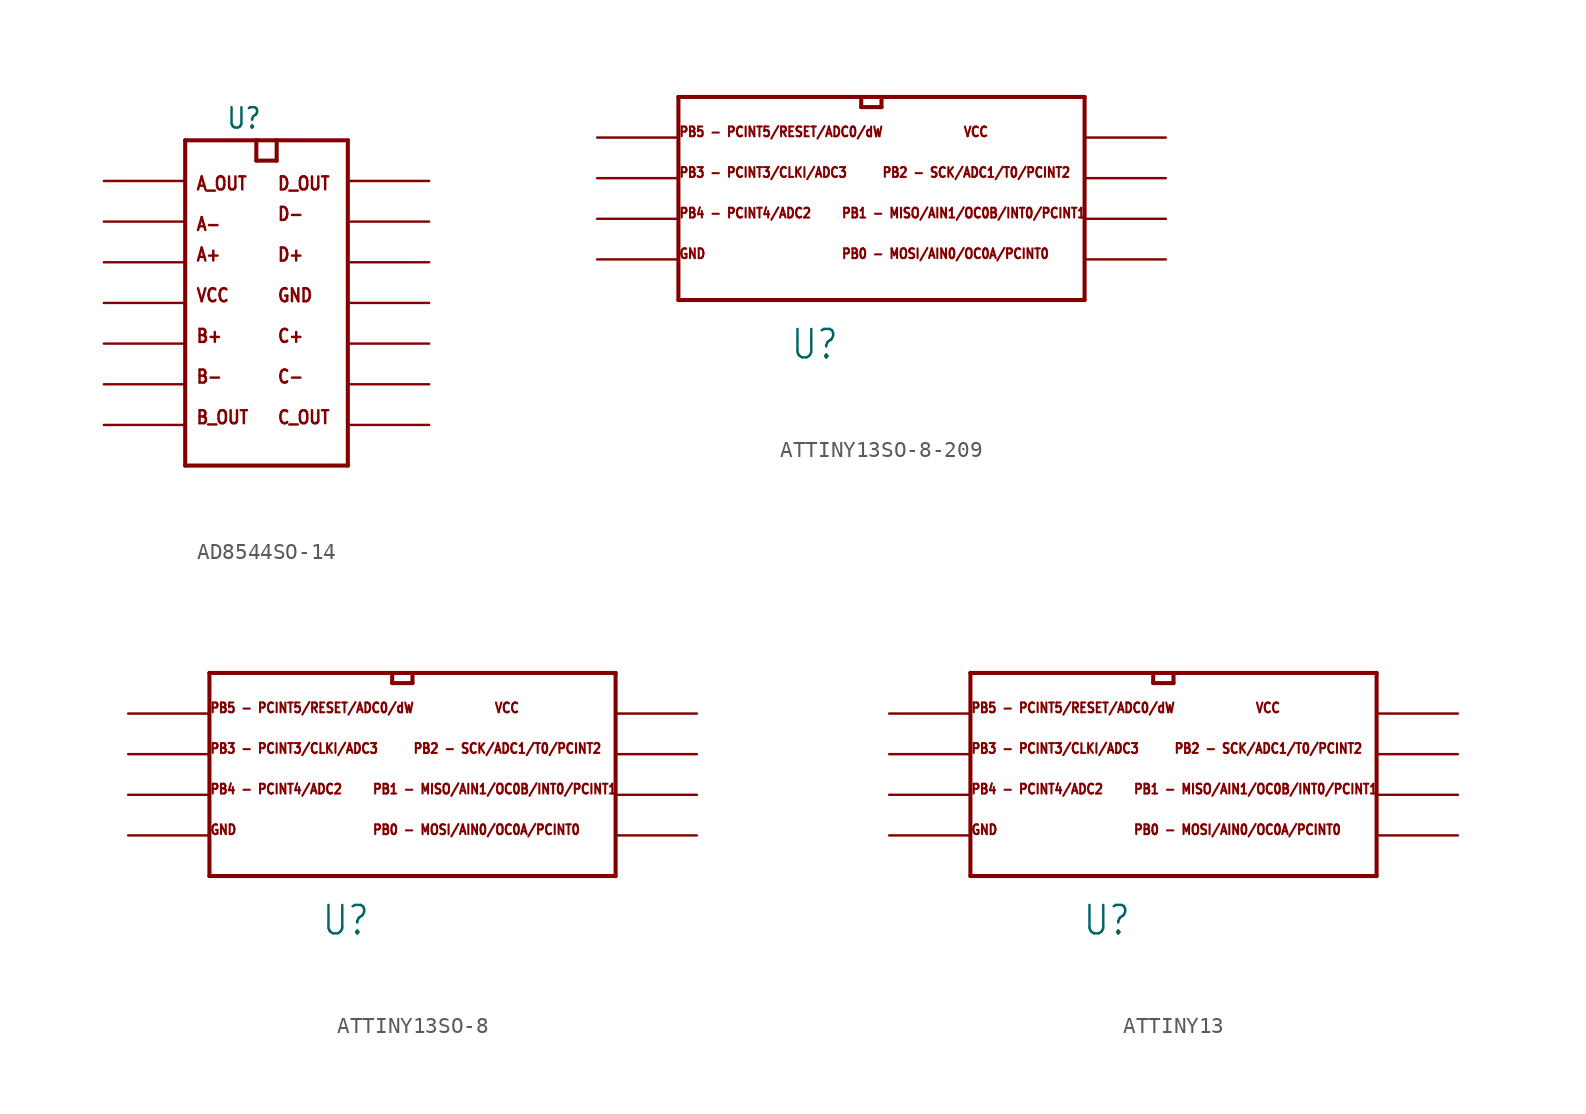
<source format=kicad_sym>
(kicad_symbol_lib
  (version 20231120)
  (generator "kicad_symbol_editor")
  (generator_version "8.0")
  (symbol "AD8544SO-14"
    (property "Reference" "U"
      (at -2.54 10.795 0)
      (effects (font (size 1.27 1.079)) (justify left bottom)))
    (property "Value" ""
      (at -2.54 -12.065 0)
      (effects (font (size 1.27 1.079)) (justify left bottom)))
    (property "ki_locked" ""
      (at 0 0 0)
      (effects (font (size 1.27 1.27))))
    (symbol "AD8544SO-14_1_0"
      (polyline (pts (xy -5.08 -10.16) (xy 5.08 -10.16)) (stroke (width 0.254) (type solid)) (fill (type none)))
      (polyline (pts (xy -5.08 10.16) (xy -5.08 -10.16)) (stroke (width 0.254) (type solid)) (fill (type none)))
      (polyline (pts (xy -0.635 8.89) (xy 0.635 8.89)) (stroke (width 0.254) (type solid)) (fill (type none)))
      (polyline (pts (xy -0.635 10.16) (xy -5.08 10.16)) (stroke (width 0.254) (type solid)) (fill (type none)))
      (polyline (pts (xy -0.635 10.16) (xy -0.635 8.89)) (stroke (width 0.254) (type solid)) (fill (type none)))
      (polyline (pts (xy 0.635 8.89) (xy 0.635 10.16)) (stroke (width 0.254) (type solid)) (fill (type none)))
      (polyline (pts (xy 0.635 10.16) (xy -0.635 10.16)) (stroke (width 0.254) (type solid)) (fill (type none)))
      (polyline (pts (xy 5.08 -10.16) (xy 5.08 10.16)) (stroke (width 0.254) (type solid)) (fill (type none)))
      (polyline (pts (xy 5.08 10.16) (xy 0.635 10.16)) (stroke (width 0.254) (type solid)) (fill (type none)))
      (text "A+" (at -4.445 2.54 0) (effects (font (size 0.813 0.691)) (justify left bottom)))
      (text "A-" (at -4.445 4.445 0) (effects (font (size 0.813 0.691)) (justify left bottom)))
      (text "A_OUT" (at -4.445 6.985 0) (effects (font (size 0.813 0.691)) (justify left bottom)))
      (text "B+" (at -4.445 -2.54 0) (effects (font (size 0.813 0.691)) (justify left bottom)))
      (text "B-" (at -4.445 -5.08 0) (effects (font (size 0.813 0.691)) (justify left bottom)))
      (text "B_OUT" (at -4.445 -7.62 0) (effects (font (size 0.813 0.691)) (justify left bottom)))
      (text "C+" (at 0.635 -2.54 0) (effects (font (size 0.813 0.691)) (justify left bottom)))
      (text "C-" (at 0.635 -5.08 0) (effects (font (size 0.813 0.691)) (justify left bottom)))
      (text "C_OUT" (at 0.635 -7.62 0) (effects (font (size 0.813 0.691)) (justify left bottom)))
      (text "D+" (at 0.635 2.54 0) (effects (font (size 0.813 0.691)) (justify left bottom)))
      (text "D-" (at 0.635 5.08 0) (effects (font (size 0.813 0.691)) (justify left bottom)))
      (text "D_OUT" (at 0.635 6.985 0) (effects (font (size 0.813 0.691)) (justify left bottom)))
      (text "GND" (at 0.635 0 0) (effects (font (size 0.813 0.691)) (justify left bottom)))
      (text "VCC" (at -4.445 0 0) (effects (font (size 0.813 0.691)) (justify left bottom)))
      (pin bidirectional line (at -10.16 7.62 0) (length 5.08) (name "A_OUT" (effects (font (size 0 0)))) (number "P1" (effects (font (size 0 0)))))
      (pin bidirectional line (at 10.16 -2.54 180) (length 5.08) (name "C+" (effects (font (size 0 0)))) (number "P10" (effects (font (size 0 0)))))
      (pin power_in line (at 10.16 0 180) (length 5.08) (name "GND" (effects (font (size 0 0)))) (number "P11" (effects (font (size 0 0)))))
      (pin bidirectional line (at 10.16 2.54 180) (length 5.08) (name "D+" (effects (font (size 0 0)))) (number "P12" (effects (font (size 0 0)))))
      (pin bidirectional line (at 10.16 5.08 180) (length 5.08) (name "D-" (effects (font (size 0 0)))) (number "P13" (effects (font (size 0 0)))))
      (pin bidirectional line (at 10.16 7.62 180) (length 5.08) (name "D_OUT" (effects (font (size 0 0)))) (number "P14" (effects (font (size 0 0)))))
      (pin bidirectional line (at -10.16 5.08 0) (length 5.08) (name "A-" (effects (font (size 0 0)))) (number "P2" (effects (font (size 0 0)))))
      (pin bidirectional line (at -10.16 2.54 0) (length 5.08) (name "A+" (effects (font (size 0 0)))) (number "P3" (effects (font (size 0 0)))))
      (pin power_in line (at -10.16 0 0) (length 5.08) (name "VCC" (effects (font (size 0 0)))) (number "P4" (effects (font (size 0 0)))))
      (pin bidirectional line (at -10.16 -2.54 0) (length 5.08) (name "B+" (effects (font (size 0 0)))) (number "P5" (effects (font (size 0 0)))))
      (pin bidirectional line (at -10.16 -5.08 0) (length 5.08) (name "B-" (effects (font (size 0 0)))) (number "P6" (effects (font (size 0 0)))))
      (pin bidirectional line (at -10.16 -7.62 0) (length 5.08) (name "B_OUT" (effects (font (size 0 0)))) (number "P7" (effects (font (size 0 0)))))
      (pin bidirectional line (at 10.16 -7.62 180) (length 5.08) (name "C_OUT" (effects (font (size 0 0)))) (number "P8" (effects (font (size 0 0)))))
      (pin bidirectional line (at 10.16 -5.08 180) (length 5.08) (name "C-" (effects (font (size 0 0)))) (number "P9" (effects (font (size 0 0)))))))
  (symbol "ATTINY13SO-8-209"
    (property "Reference" "U"
      (at -5.08 -11.43 0)
      (effects (font (size 1.778 1.511)) (justify left bottom)))
    (property "Value" ""
      (at -5.08 -13.97 0)
      (effects (font (size 1.778 1.511)) (justify left bottom)))
    (property "ki_locked" ""
      (at 0 0 0)
      (effects (font (size 1.27 1.27))))
    (symbol "ATTINY13SO-8-209_1_0"
      (polyline (pts (xy -12.065 -7.62) (xy 13.335 -7.62)) (stroke (width 0.254) (type solid)) (fill (type none)))
      (polyline (pts (xy -12.065 5.08) (xy -12.065 -7.62)) (stroke (width 0.254) (type solid)) (fill (type none)))
      (polyline (pts (xy -0.635 4.445) (xy 0.635 4.445)) (stroke (width 0.254) (type solid)) (fill (type none)))
      (polyline (pts (xy -0.635 5.08) (xy -12.065 5.08)) (stroke (width 0.254) (type solid)) (fill (type none)))
      (polyline (pts (xy -0.635 5.08) (xy -0.635 4.445)) (stroke (width 0.254) (type solid)) (fill (type none)))
      (polyline (pts (xy 0.635 4.445) (xy 0.635 5.08)) (stroke (width 0.254) (type solid)) (fill (type none)))
      (polyline (pts (xy 0.635 5.08) (xy -0.635 5.08)) (stroke (width 0.254) (type solid)) (fill (type none)))
      (polyline (pts (xy 13.335 -7.62) (xy 13.335 5.08)) (stroke (width 0.254) (type solid)) (fill (type none)))
      (polyline (pts (xy 13.335 5.08) (xy 0.635 5.08)) (stroke (width 0.254) (type solid)) (fill (type none)))
      (text "GND" (at -12.065 -5.08 0) (effects (font (size 0.61 0.518)) (justify left bottom)))
      (text "PB0 - MOSI/AIN0/OC0A/PCINT0" (at -1.905 -5.08 0) (effects (font (size 0.61 0.518)) (justify left bottom)))
      (text "PB1 - MISO/AIN1/OC0B/INT0/PCINT1" (at -1.905 -2.54 0) (effects (font (size 0.61 0.518)) (justify left bottom)))
      (text "PB2 - SCK/ADC1/T0/PCINT2" (at 0.635 0 0) (effects (font (size 0.61 0.518)) (justify left bottom)))
      (text "PB3 - PCINT3/CLKI/ADC3" (at -12.065 0 0) (effects (font (size 0.61 0.518)) (justify left bottom)))
      (text "PB4 - PCINT4/ADC2" (at -12.065 -2.54 0) (effects (font (size 0.61 0.518)) (justify left bottom)))
      (text "PB5 - PCINT5/RESET/ADC0/dW" (at -12.065 2.54 0) (effects (font (size 0.61 0.518)) (justify left bottom)))
      (text "VCC" (at 5.715 2.54 0) (effects (font (size 0.61 0.518)) (justify left bottom)))
      (pin bidirectional line (at -17.145 2.54 0) (length 5.08) (name "PB5" (effects (font (size 0 0)))) (number "P1" (effects (font (size 0 0)))))
      (pin bidirectional line (at -17.145 0 0) (length 5.08) (name "PB3" (effects (font (size 0 0)))) (number "P2" (effects (font (size 0 0)))))
      (pin bidirectional line (at -17.145 -2.54 0) (length 5.08) (name "PB4" (effects (font (size 0 0)))) (number "P3" (effects (font (size 0 0)))))
      (pin power_in line (at -17.145 -5.08 0) (length 5.08) (name "GND" (effects (font (size 0 0)))) (number "P4" (effects (font (size 0 0)))))
      (pin bidirectional line (at 18.415 -5.08 180) (length 5.08) (name "PB0" (effects (font (size 0 0)))) (number "P5" (effects (font (size 0 0)))))
      (pin bidirectional line (at 18.415 -2.54 180) (length 5.08) (name "PB1" (effects (font (size 0 0)))) (number "P6" (effects (font (size 0 0)))))
      (pin bidirectional line (at 18.415 0 180) (length 5.08) (name "PB2" (effects (font (size 0 0)))) (number "P7" (effects (font (size 0 0)))))
      (pin power_in line (at 18.415 2.54 180) (length 5.08) (name "VCC" (effects (font (size 0 0)))) (number "P8" (effects (font (size 0 0)))))))
  (symbol "ATTINY13SO-8"
    (property "Reference" "U"
      (at -5.08 -11.43 0)
      (effects (font (size 1.778 1.511)) (justify left bottom)))
    (property "Value" ""
      (at -5.08 -13.97 0)
      (effects (font (size 1.778 1.511)) (justify left bottom)))
    (property "ki_locked" ""
      (at 0 0 0)
      (effects (font (size 1.27 1.27))))
    (symbol "ATTINY13SO-8_1_0"
      (polyline (pts (xy -12.065 -7.62) (xy 13.335 -7.62)) (stroke (width 0.254) (type solid)) (fill (type none)))
      (polyline (pts (xy -12.065 5.08) (xy -12.065 -7.62)) (stroke (width 0.254) (type solid)) (fill (type none)))
      (polyline (pts (xy -0.635 4.445) (xy 0.635 4.445)) (stroke (width 0.254) (type solid)) (fill (type none)))
      (polyline (pts (xy -0.635 5.08) (xy -12.065 5.08)) (stroke (width 0.254) (type solid)) (fill (type none)))
      (polyline (pts (xy -0.635 5.08) (xy -0.635 4.445)) (stroke (width 0.254) (type solid)) (fill (type none)))
      (polyline (pts (xy 0.635 4.445) (xy 0.635 5.08)) (stroke (width 0.254) (type solid)) (fill (type none)))
      (polyline (pts (xy 0.635 5.08) (xy -0.635 5.08)) (stroke (width 0.254) (type solid)) (fill (type none)))
      (polyline (pts (xy 13.335 -7.62) (xy 13.335 5.08)) (stroke (width 0.254) (type solid)) (fill (type none)))
      (polyline (pts (xy 13.335 5.08) (xy 0.635 5.08)) (stroke (width 0.254) (type solid)) (fill (type none)))
      (text "GND" (at -12.065 -5.08 0) (effects (font (size 0.61 0.518)) (justify left bottom)))
      (text "PB0 - MOSI/AIN0/OC0A/PCINT0" (at -1.905 -5.08 0) (effects (font (size 0.61 0.518)) (justify left bottom)))
      (text "PB1 - MISO/AIN1/OC0B/INT0/PCINT1" (at -1.905 -2.54 0) (effects (font (size 0.61 0.518)) (justify left bottom)))
      (text "PB2 - SCK/ADC1/T0/PCINT2" (at 0.635 0 0) (effects (font (size 0.61 0.518)) (justify left bottom)))
      (text "PB3 - PCINT3/CLKI/ADC3" (at -12.065 0 0) (effects (font (size 0.61 0.518)) (justify left bottom)))
      (text "PB4 - PCINT4/ADC2" (at -12.065 -2.54 0) (effects (font (size 0.61 0.518)) (justify left bottom)))
      (text "PB5 - PCINT5/RESET/ADC0/dW" (at -12.065 2.54 0) (effects (font (size 0.61 0.518)) (justify left bottom)))
      (text "VCC" (at 5.715 2.54 0) (effects (font (size 0.61 0.518)) (justify left bottom)))
      (pin bidirectional line (at -17.145 2.54 0) (length 5.08) (name "PB5" (effects (font (size 0 0)))) (number "P1" (effects (font (size 0 0)))))
      (pin bidirectional line (at -17.145 0 0) (length 5.08) (name "PB3" (effects (font (size 0 0)))) (number "P2" (effects (font (size 0 0)))))
      (pin bidirectional line (at -17.145 -2.54 0) (length 5.08) (name "PB4" (effects (font (size 0 0)))) (number "P3" (effects (font (size 0 0)))))
      (pin power_in line (at -17.145 -5.08 0) (length 5.08) (name "GND" (effects (font (size 0 0)))) (number "P4" (effects (font (size 0 0)))))
      (pin bidirectional line (at 18.415 -5.08 180) (length 5.08) (name "PB0" (effects (font (size 0 0)))) (number "P5" (effects (font (size 0 0)))))
      (pin bidirectional line (at 18.415 -2.54 180) (length 5.08) (name "PB1" (effects (font (size 0 0)))) (number "P6" (effects (font (size 0 0)))))
      (pin bidirectional line (at 18.415 0 180) (length 5.08) (name "PB2" (effects (font (size 0 0)))) (number "P7" (effects (font (size 0 0)))))
      (pin power_in line (at 18.415 2.54 180) (length 5.08) (name "VCC" (effects (font (size 0 0)))) (number "P8" (effects (font (size 0 0)))))))
  (symbol "ATTINY13"
    (property "Reference" "U"
      (at -5.08 -11.43 0)
      (effects (font (size 1.778 1.511)) (justify left bottom)))
    (property "Value" ""
      (at -5.08 -13.97 0)
      (effects (font (size 1.778 1.511)) (justify left bottom)))
    (property "ki_locked" ""
      (at 0 0 0)
      (effects (font (size 1.27 1.27))))
    (symbol "ATTINY13_1_0"
      (polyline (pts (xy -12.065 -7.62) (xy 13.335 -7.62)) (stroke (width 0.254) (type solid)) (fill (type none)))
      (polyline (pts (xy -12.065 5.08) (xy -12.065 -7.62)) (stroke (width 0.254) (type solid)) (fill (type none)))
      (polyline (pts (xy -0.635 4.445) (xy 0.635 4.445)) (stroke (width 0.254) (type solid)) (fill (type none)))
      (polyline (pts (xy -0.635 5.08) (xy -12.065 5.08)) (stroke (width 0.254) (type solid)) (fill (type none)))
      (polyline (pts (xy -0.635 5.08) (xy -0.635 4.445)) (stroke (width 0.254) (type solid)) (fill (type none)))
      (polyline (pts (xy 0.635 4.445) (xy 0.635 5.08)) (stroke (width 0.254) (type solid)) (fill (type none)))
      (polyline (pts (xy 0.635 5.08) (xy -0.635 5.08)) (stroke (width 0.254) (type solid)) (fill (type none)))
      (polyline (pts (xy 13.335 -7.62) (xy 13.335 5.08)) (stroke (width 0.254) (type solid)) (fill (type none)))
      (polyline (pts (xy 13.335 5.08) (xy 0.635 5.08)) (stroke (width 0.254) (type solid)) (fill (type none)))
      (text "GND" (at -12.065 -5.08 0) (effects (font (size 0.61 0.518)) (justify left bottom)))
      (text "PB0 - MOSI/AIN0/OC0A/PCINT0" (at -1.905 -5.08 0) (effects (font (size 0.61 0.518)) (justify left bottom)))
      (text "PB1 - MISO/AIN1/OC0B/INT0/PCINT1" (at -1.905 -2.54 0) (effects (font (size 0.61 0.518)) (justify left bottom)))
      (text "PB2 - SCK/ADC1/T0/PCINT2" (at 0.635 0 0) (effects (font (size 0.61 0.518)) (justify left bottom)))
      (text "PB3 - PCINT3/CLKI/ADC3" (at -12.065 0 0) (effects (font (size 0.61 0.518)) (justify left bottom)))
      (text "PB4 - PCINT4/ADC2" (at -12.065 -2.54 0) (effects (font (size 0.61 0.518)) (justify left bottom)))
      (text "PB5 - PCINT5/RESET/ADC0/dW" (at -12.065 2.54 0) (effects (font (size 0.61 0.518)) (justify left bottom)))
      (text "VCC" (at 5.715 2.54 0) (effects (font (size 0.61 0.518)) (justify left bottom)))
      (pin bidirectional line (at -17.145 2.54 0) (length 5.08) (name "PB5" (effects (font (size 0 0)))) (number "PIN_1" (effects (font (size 0 0)))))
      (pin bidirectional line (at -17.145 0 0) (length 5.08) (name "PB3" (effects (font (size 0 0)))) (number "PIN_2" (effects (font (size 0 0)))))
      (pin bidirectional line (at -17.145 -2.54 0) (length 5.08) (name "PB4" (effects (font (size 0 0)))) (number "PIN_3" (effects (font (size 0 0)))))
      (pin power_in line (at -17.145 -5.08 0) (length 5.08) (name "GND" (effects (font (size 0 0)))) (number "PIN_4" (effects (font (size 0 0)))))
      (pin bidirectional line (at 18.415 -5.08 180) (length 5.08) (name "PB0" (effects (font (size 0 0)))) (number "PIN_5" (effects (font (size 0 0)))))
      (pin bidirectional line (at 18.415 -2.54 180) (length 5.08) (name "PB1" (effects (font (size 0 0)))) (number "PIN_6" (effects (font (size 0 0)))))
      (pin bidirectional line (at 18.415 0 180) (length 5.08) (name "PB2" (effects (font (size 0 0)))) (number "PIN_7" (effects (font (size 0 0)))))
      (pin power_in line (at 18.415 2.54 180) (length 5.08) (name "VCC" (effects (font (size 0 0)))) (number "PIN_8" (effects (font (size 0 0))))))))
</source>
